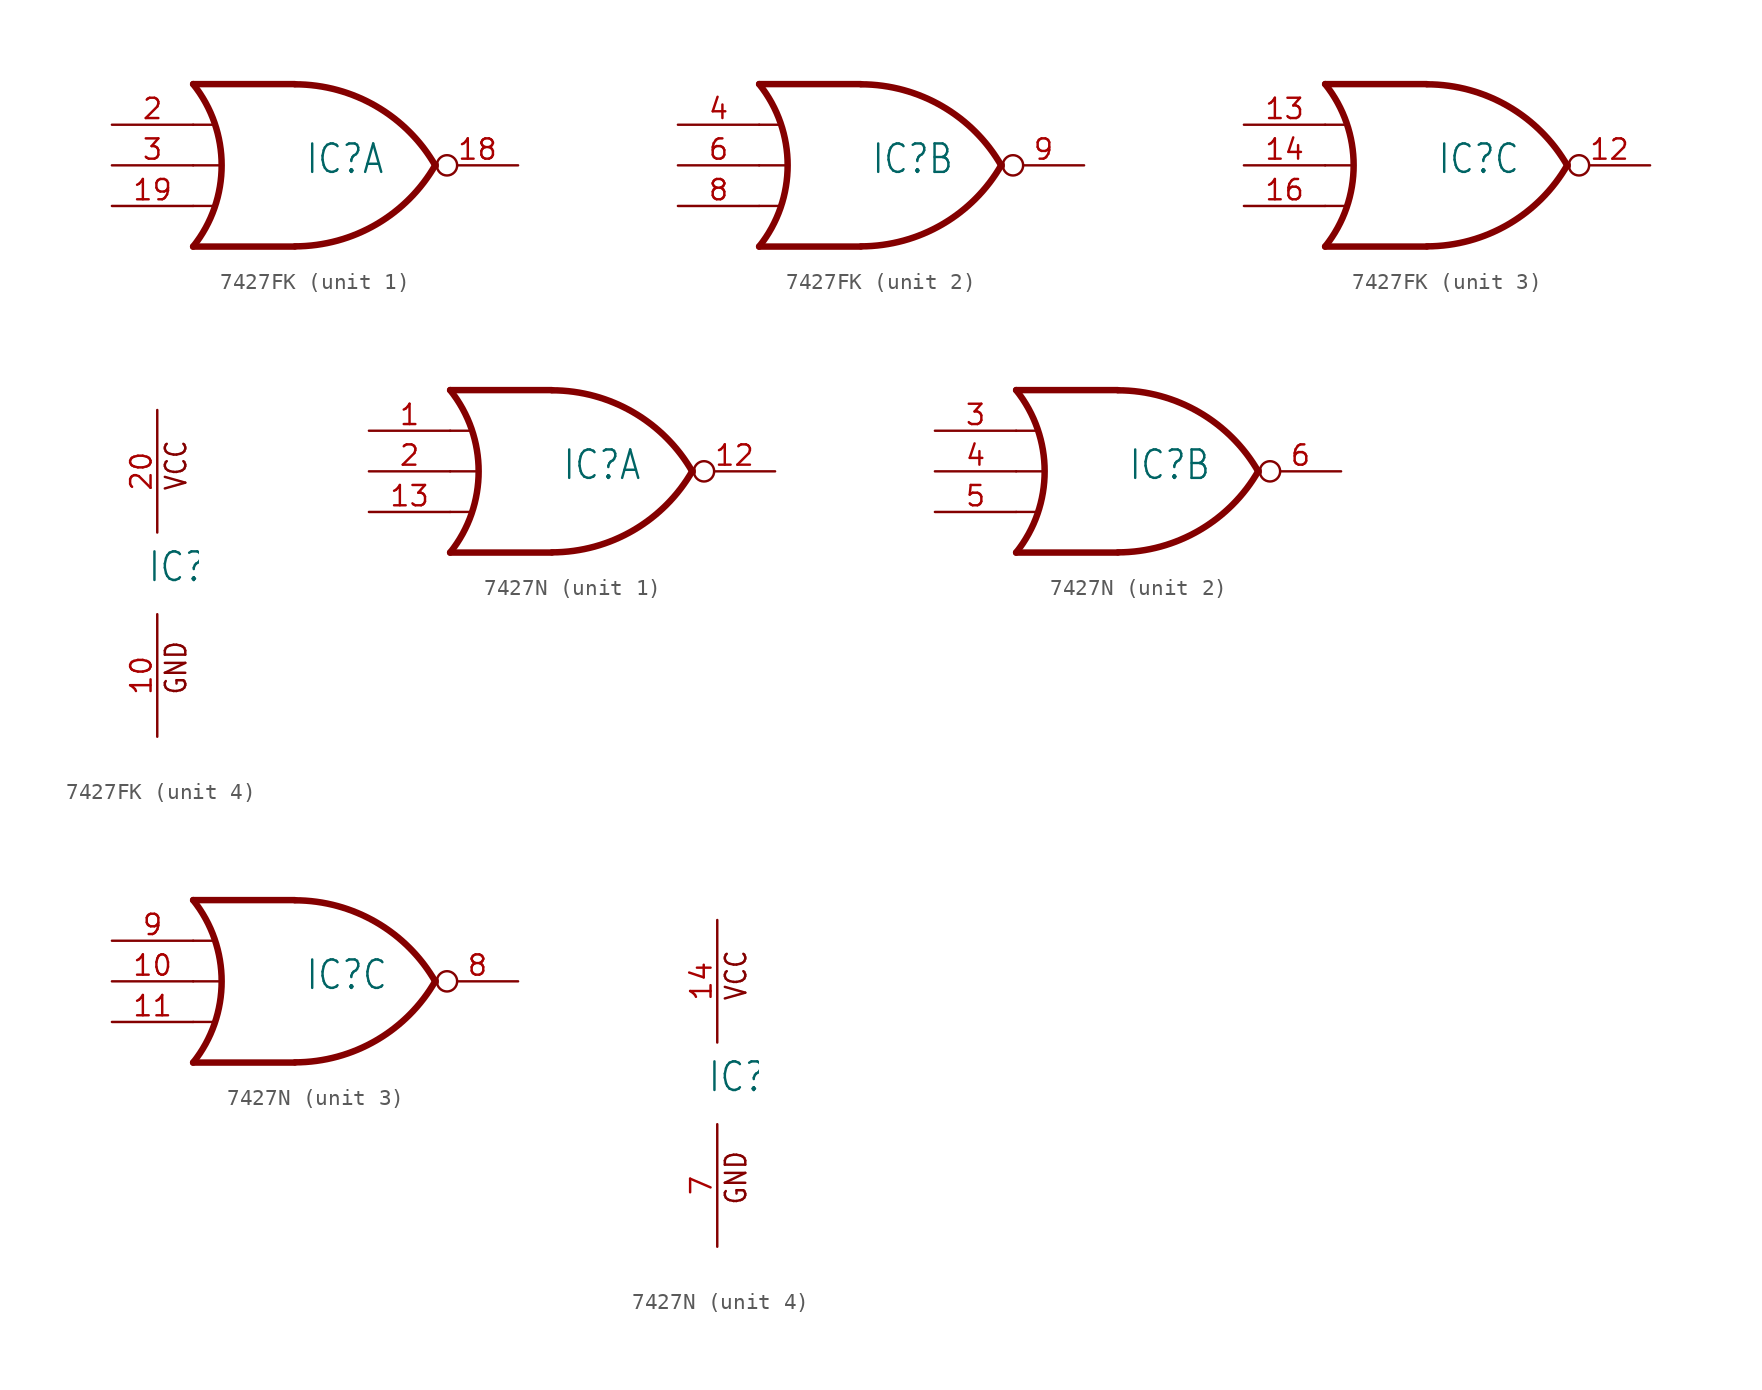
<source format=kicad_sym>
(kicad_symbol_lib
  (version 20220914)
  (generator kicad_symbol_editor)
  (symbol "7427FK"
    (property "Reference" "IC"
      (at -0.635 -0.635 0)
      (effects (font (size 1.778 1.511)) (justify left bottom)))
    (property "ki_locked" ""
      (at 0 0 0)
      (effects (font (size 1.27 1.27))))
    (symbol "7427FK_1_0"
      (arc (start -7.62 -5.08) (mid -5.838 0) (end -7.62 5.08) (stroke (width 0.4064) (type default)) (fill (type none)))
      (arc (start -1.2446 -5.0678) (mid 3.8372 -3.689) (end 7.5439 0.0507) (stroke (width 0.4064) (type default)) (fill (type none)))
      (polyline (pts (xy -7.62 -2.54) (xy -6.35 -2.54)) (stroke (width 0.152) (type default)) (fill (type none)))
      (polyline (pts (xy -7.62 0) (xy -5.842 0)) (stroke (width 0.152) (type default)) (fill (type none)))
      (polyline (pts (xy -7.62 2.54) (xy -6.35 2.54)) (stroke (width 0.152) (type default)) (fill (type none)))
      (polyline (pts (xy -1.27 -5.08) (xy -7.62 -5.08)) (stroke (width 0.406) (type default)) (fill (type none)))
      (polyline (pts (xy -1.27 5.08) (xy -7.62 5.08)) (stroke (width 0.406) (type default)) (fill (type none)))
      (arc (start 7.5442 -0.0505) (mid 3.8373 3.6892) (end -1.2446 5.0678) (stroke (width 0.4064) (type default)) (fill (type none)))
      (pin output inverted (at 12.7 0 180) (length 5.08) (name "O" (effects (font (size 0 0)))) (number "18" (effects (font (size 1.27 1.27)))))
      (pin input line (at -12.7 -2.54 0) (length 5.08) (name "I2" (effects (font (size 0 0)))) (number "19" (effects (font (size 1.27 1.27)))))
      (pin input line (at -12.7 2.54 0) (length 5.08) (name "I0" (effects (font (size 0 0)))) (number "2" (effects (font (size 1.27 1.27)))))
      (pin input line (at -12.7 0 0) (length 5.08) (name "I1" (effects (font (size 0 0)))) (number "3" (effects (font (size 1.27 1.27))))))
    (symbol "7427FK_2_0"
      (arc (start -7.62 -5.08) (mid -5.838 0) (end -7.62 5.08) (stroke (width 0.4064) (type default)) (fill (type none)))
      (arc (start -1.2446 -5.0678) (mid 3.8372 -3.689) (end 7.5439 0.0507) (stroke (width 0.4064) (type default)) (fill (type none)))
      (polyline (pts (xy -7.62 -2.54) (xy -6.35 -2.54)) (stroke (width 0.152) (type default)) (fill (type none)))
      (polyline (pts (xy -7.62 0) (xy -5.842 0)) (stroke (width 0.152) (type default)) (fill (type none)))
      (polyline (pts (xy -7.62 2.54) (xy -6.35 2.54)) (stroke (width 0.152) (type default)) (fill (type none)))
      (polyline (pts (xy -1.27 -5.08) (xy -7.62 -5.08)) (stroke (width 0.406) (type default)) (fill (type none)))
      (polyline (pts (xy -1.27 5.08) (xy -7.62 5.08)) (stroke (width 0.406) (type default)) (fill (type none)))
      (arc (start 7.5442 -0.0505) (mid 3.8373 3.6892) (end -1.2446 5.0678) (stroke (width 0.4064) (type default)) (fill (type none)))
      (pin input line (at -12.7 2.54 0) (length 5.08) (name "I0" (effects (font (size 0 0)))) (number "4" (effects (font (size 1.27 1.27)))))
      (pin input line (at -12.7 0 0) (length 5.08) (name "I1" (effects (font (size 0 0)))) (number "6" (effects (font (size 1.27 1.27)))))
      (pin input line (at -12.7 -2.54 0) (length 5.08) (name "I2" (effects (font (size 0 0)))) (number "8" (effects (font (size 1.27 1.27)))))
      (pin output inverted (at 12.7 0 180) (length 5.08) (name "O" (effects (font (size 0 0)))) (number "9" (effects (font (size 1.27 1.27))))))
    (symbol "7427FK_3_0"
      (arc (start -7.62 -5.08) (mid -5.838 0) (end -7.62 5.08) (stroke (width 0.4064) (type default)) (fill (type none)))
      (arc (start -1.2446 -5.0678) (mid 3.8372 -3.689) (end 7.5439 0.0507) (stroke (width 0.4064) (type default)) (fill (type none)))
      (polyline (pts (xy -7.62 -2.54) (xy -6.35 -2.54)) (stroke (width 0.152) (type default)) (fill (type none)))
      (polyline (pts (xy -7.62 0) (xy -5.842 0)) (stroke (width 0.152) (type default)) (fill (type none)))
      (polyline (pts (xy -7.62 2.54) (xy -6.35 2.54)) (stroke (width 0.152) (type default)) (fill (type none)))
      (polyline (pts (xy -1.27 -5.08) (xy -7.62 -5.08)) (stroke (width 0.406) (type default)) (fill (type none)))
      (polyline (pts (xy -1.27 5.08) (xy -7.62 5.08)) (stroke (width 0.406) (type default)) (fill (type none)))
      (arc (start 7.5442 -0.0505) (mid 3.8373 3.6892) (end -1.2446 5.0678) (stroke (width 0.4064) (type default)) (fill (type none)))
      (pin output inverted (at 12.7 0 180) (length 5.08) (name "O" (effects (font (size 0 0)))) (number "12" (effects (font (size 1.27 1.27)))))
      (pin input line (at -12.7 2.54 0) (length 5.08) (name "I0" (effects (font (size 0 0)))) (number "13" (effects (font (size 1.27 1.27)))))
      (pin input line (at -12.7 0 0) (length 5.08) (name "I1" (effects (font (size 0 0)))) (number "14" (effects (font (size 1.27 1.27)))))
      (pin input line (at -12.7 -2.54 0) (length 5.08) (name "I2" (effects (font (size 0 0)))) (number "16" (effects (font (size 1.27 1.27))))))
    (symbol "7427FK_4_0"
      (text "GND" (at 1.905 -7.62 900) (effects (font (size 1.27 1.079)) (justify left bottom)))
      (text "VCC" (at 1.905 5.08 900) (effects (font (size 1.27 1.079)) (justify left bottom)))
      (pin power_in line (at 0 -10.16 90) (length 7.62) (name "GND" (effects (font (size 0 0)))) (number "10" (effects (font (size 1.27 1.27)))))
      (pin power_in line (at 0 10.16 270) (length 7.62) (name "VCC" (effects (font (size 0 0)))) (number "20" (effects (font (size 1.27 1.27)))))))
  (symbol "7427N"
    (property "Reference" "IC"
      (at -0.635 -0.635 0)
      (effects (font (size 1.778 1.511)) (justify left bottom)))
    (property "ki_locked" ""
      (at 0 0 0)
      (effects (font (size 1.27 1.27))))
    (symbol "7427N_1_0"
      (arc (start -7.62 -5.08) (mid -5.838 0) (end -7.62 5.08) (stroke (width 0.4064) (type default)) (fill (type none)))
      (arc (start -1.2446 -5.0678) (mid 3.8372 -3.689) (end 7.5439 0.0507) (stroke (width 0.4064) (type default)) (fill (type none)))
      (polyline (pts (xy -7.62 -2.54) (xy -6.35 -2.54)) (stroke (width 0.152) (type default)) (fill (type none)))
      (polyline (pts (xy -7.62 0) (xy -5.842 0)) (stroke (width 0.152) (type default)) (fill (type none)))
      (polyline (pts (xy -7.62 2.54) (xy -6.35 2.54)) (stroke (width 0.152) (type default)) (fill (type none)))
      (polyline (pts (xy -1.27 -5.08) (xy -7.62 -5.08)) (stroke (width 0.406) (type default)) (fill (type none)))
      (polyline (pts (xy -1.27 5.08) (xy -7.62 5.08)) (stroke (width 0.406) (type default)) (fill (type none)))
      (arc (start 7.5442 -0.0505) (mid 3.8373 3.6892) (end -1.2446 5.0678) (stroke (width 0.4064) (type default)) (fill (type none)))
      (pin input line (at -12.7 2.54 0) (length 5.08) (name "I0" (effects (font (size 0 0)))) (number "1" (effects (font (size 1.27 1.27)))))
      (pin output inverted (at 12.7 0 180) (length 5.08) (name "O" (effects (font (size 0 0)))) (number "12" (effects (font (size 1.27 1.27)))))
      (pin input line (at -12.7 -2.54 0) (length 5.08) (name "I2" (effects (font (size 0 0)))) (number "13" (effects (font (size 1.27 1.27)))))
      (pin input line (at -12.7 0 0) (length 5.08) (name "I1" (effects (font (size 0 0)))) (number "2" (effects (font (size 1.27 1.27))))))
    (symbol "7427N_2_0"
      (arc (start -7.62 -5.08) (mid -5.838 0) (end -7.62 5.08) (stroke (width 0.4064) (type default)) (fill (type none)))
      (arc (start -1.2446 -5.0678) (mid 3.8372 -3.689) (end 7.5439 0.0507) (stroke (width 0.4064) (type default)) (fill (type none)))
      (polyline (pts (xy -7.62 -2.54) (xy -6.35 -2.54)) (stroke (width 0.152) (type default)) (fill (type none)))
      (polyline (pts (xy -7.62 0) (xy -5.842 0)) (stroke (width 0.152) (type default)) (fill (type none)))
      (polyline (pts (xy -7.62 2.54) (xy -6.35 2.54)) (stroke (width 0.152) (type default)) (fill (type none)))
      (polyline (pts (xy -1.27 -5.08) (xy -7.62 -5.08)) (stroke (width 0.406) (type default)) (fill (type none)))
      (polyline (pts (xy -1.27 5.08) (xy -7.62 5.08)) (stroke (width 0.406) (type default)) (fill (type none)))
      (arc (start 7.5442 -0.0505) (mid 3.8373 3.6892) (end -1.2446 5.0678) (stroke (width 0.4064) (type default)) (fill (type none)))
      (pin input line (at -12.7 2.54 0) (length 5.08) (name "I0" (effects (font (size 0 0)))) (number "3" (effects (font (size 1.27 1.27)))))
      (pin input line (at -12.7 0 0) (length 5.08) (name "I1" (effects (font (size 0 0)))) (number "4" (effects (font (size 1.27 1.27)))))
      (pin input line (at -12.7 -2.54 0) (length 5.08) (name "I2" (effects (font (size 0 0)))) (number "5" (effects (font (size 1.27 1.27)))))
      (pin output inverted (at 12.7 0 180) (length 5.08) (name "O" (effects (font (size 0 0)))) (number "6" (effects (font (size 1.27 1.27))))))
    (symbol "7427N_3_0"
      (arc (start -7.62 -5.08) (mid -5.838 0) (end -7.62 5.08) (stroke (width 0.4064) (type default)) (fill (type none)))
      (arc (start -1.2446 -5.0678) (mid 3.8372 -3.689) (end 7.5439 0.0507) (stroke (width 0.4064) (type default)) (fill (type none)))
      (polyline (pts (xy -7.62 -2.54) (xy -6.35 -2.54)) (stroke (width 0.152) (type default)) (fill (type none)))
      (polyline (pts (xy -7.62 0) (xy -5.842 0)) (stroke (width 0.152) (type default)) (fill (type none)))
      (polyline (pts (xy -7.62 2.54) (xy -6.35 2.54)) (stroke (width 0.152) (type default)) (fill (type none)))
      (polyline (pts (xy -1.27 -5.08) (xy -7.62 -5.08)) (stroke (width 0.406) (type default)) (fill (type none)))
      (polyline (pts (xy -1.27 5.08) (xy -7.62 5.08)) (stroke (width 0.406) (type default)) (fill (type none)))
      (arc (start 7.5442 -0.0505) (mid 3.8373 3.6892) (end -1.2446 5.0678) (stroke (width 0.4064) (type default)) (fill (type none)))
      (pin input line (at -12.7 0 0) (length 5.08) (name "I1" (effects (font (size 0 0)))) (number "10" (effects (font (size 1.27 1.27)))))
      (pin input line (at -12.7 -2.54 0) (length 5.08) (name "I2" (effects (font (size 0 0)))) (number "11" (effects (font (size 1.27 1.27)))))
      (pin output inverted (at 12.7 0 180) (length 5.08) (name "O" (effects (font (size 0 0)))) (number "8" (effects (font (size 1.27 1.27)))))
      (pin input line (at -12.7 2.54 0) (length 5.08) (name "I0" (effects (font (size 0 0)))) (number "9" (effects (font (size 1.27 1.27))))))
    (symbol "7427N_4_0"
      (text "GND" (at 1.905 -7.62 900) (effects (font (size 1.27 1.079)) (justify left bottom)))
      (text "VCC" (at 1.905 5.08 900) (effects (font (size 1.27 1.079)) (justify left bottom)))
      (pin power_in line (at 0 10.16 270) (length 7.62) (name "VCC" (effects (font (size 0 0)))) (number "14" (effects (font (size 1.27 1.27)))))
      (pin power_in line (at 0 -10.16 90) (length 7.62) (name "GND" (effects (font (size 0 0)))) (number "7" (effects (font (size 1.27 1.27))))))))
</source>
